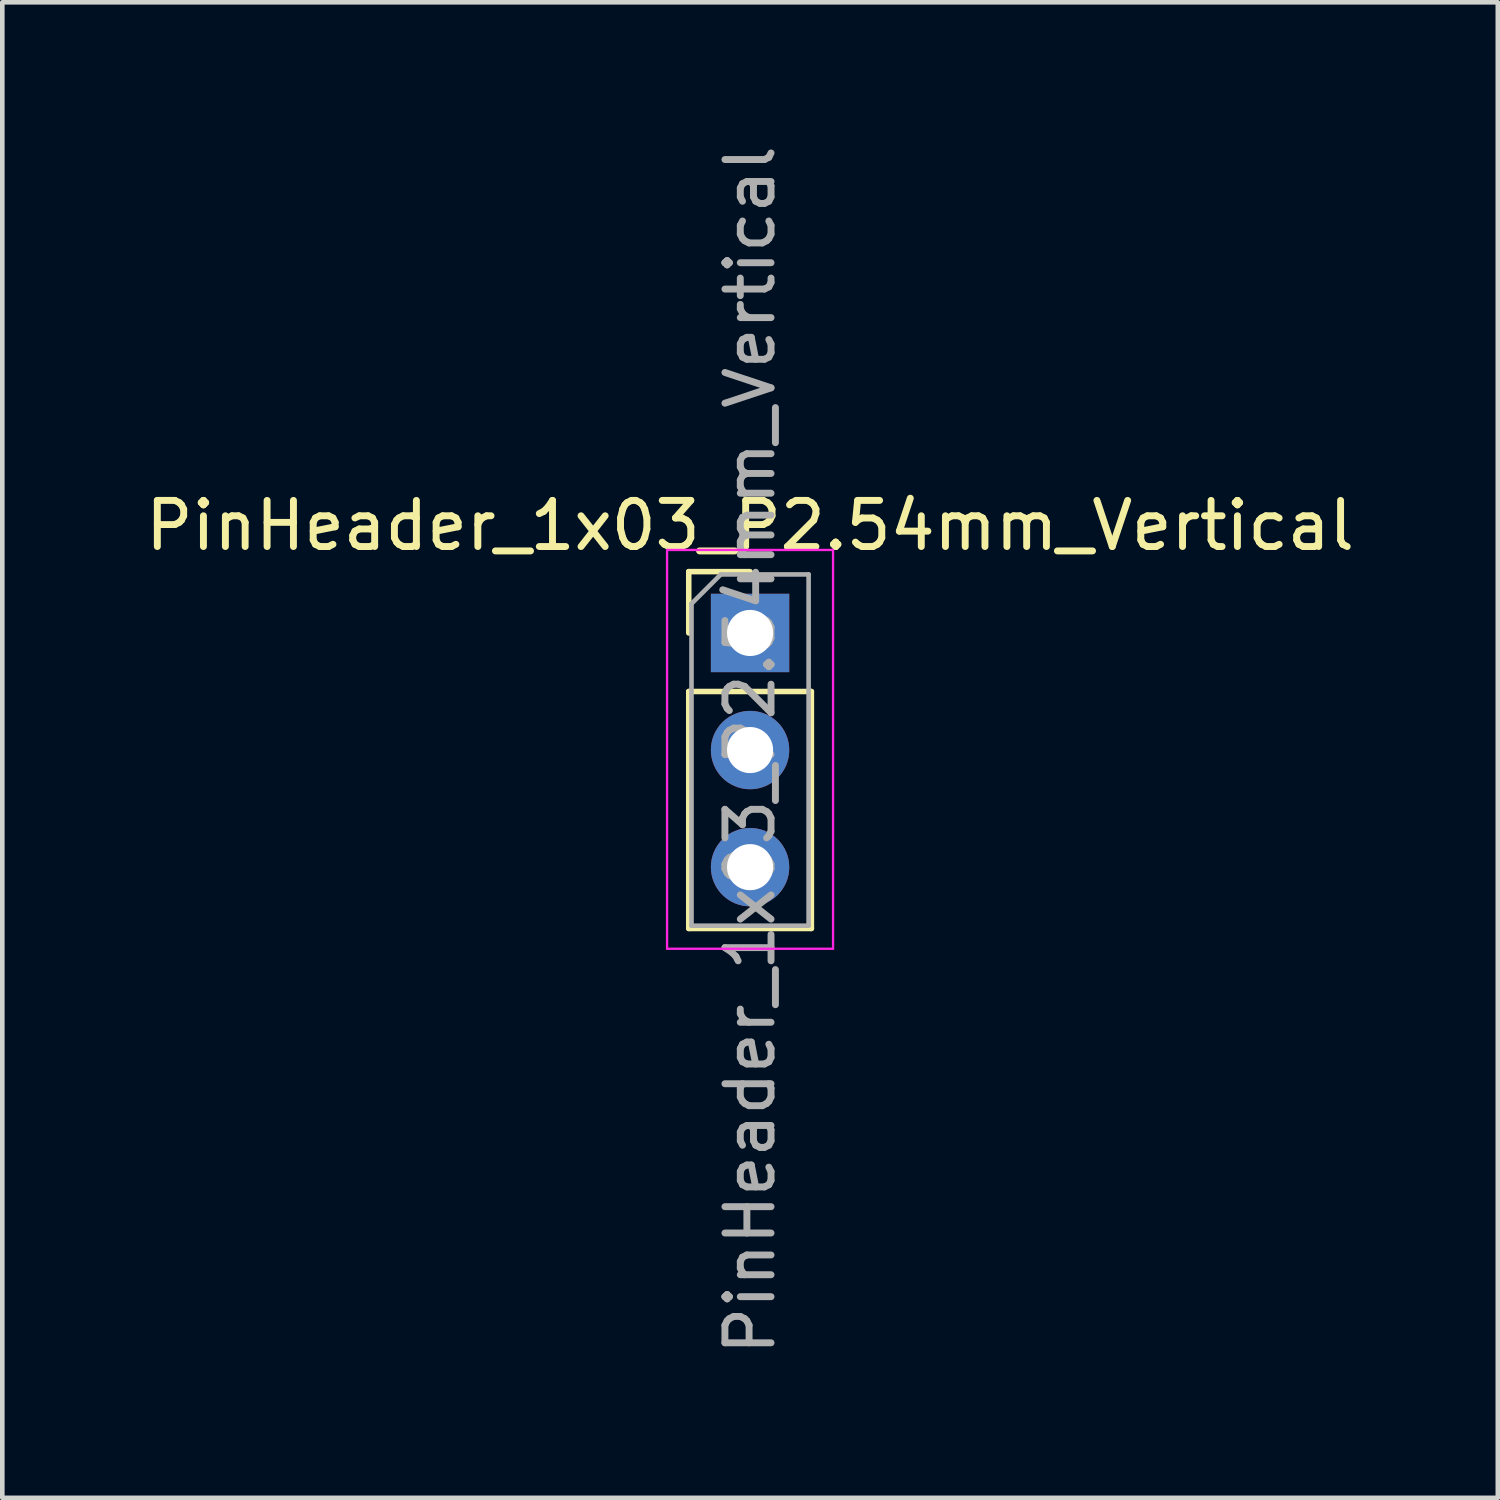
<source format=kicad_pcb>
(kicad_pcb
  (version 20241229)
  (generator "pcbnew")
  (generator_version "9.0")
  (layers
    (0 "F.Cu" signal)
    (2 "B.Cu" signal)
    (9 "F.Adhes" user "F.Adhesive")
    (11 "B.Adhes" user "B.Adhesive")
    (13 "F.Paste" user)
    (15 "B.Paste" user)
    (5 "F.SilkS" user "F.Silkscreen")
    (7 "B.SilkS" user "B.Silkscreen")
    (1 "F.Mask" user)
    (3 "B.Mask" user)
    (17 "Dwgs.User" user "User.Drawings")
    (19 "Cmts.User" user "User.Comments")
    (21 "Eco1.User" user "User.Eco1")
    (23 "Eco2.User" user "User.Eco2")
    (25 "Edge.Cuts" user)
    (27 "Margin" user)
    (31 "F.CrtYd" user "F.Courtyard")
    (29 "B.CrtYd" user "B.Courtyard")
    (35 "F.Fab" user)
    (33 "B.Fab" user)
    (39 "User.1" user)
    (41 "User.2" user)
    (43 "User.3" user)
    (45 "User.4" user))
  (footprint "PinHeader_1x03_P2.54mm_Vertical"
    (layer "F.Cu")
    (at 13.22 10.68)
    (property "Reference" "PinHeader_1x03_P2.54mm_Vertical" (at 0 -2.33 0) (layer "F.SilkS") (effects (font (size 1 1) (thickness 0.15))))
    (attr through_hole)
    (fp_line (start -1.33 -1.33) (end 0 -1.33) (stroke (width 0.12) (type solid)) (layer "F.SilkS"))
    (fp_line (start -1.33 0) (end -1.33 -1.33) (stroke (width 0.12) (type solid)) (layer "F.SilkS"))
    (fp_line (start -1.33 1.27) (end -1.33 6.41) (stroke (width 0.12) (type solid)) (layer "F.SilkS"))
    (fp_line (start -1.33 1.27) (end 1.33 1.27) (stroke (width 0.12) (type solid)) (layer "F.SilkS"))
    (fp_line (start -1.33 6.41) (end 1.33 6.41) (stroke (width 0.12) (type solid)) (layer "F.SilkS"))
    (fp_line (start 1.33 1.27) (end 1.33 6.41) (stroke (width 0.12) (type solid)) (layer "F.SilkS"))
    (fp_line (start -1.8 -1.8) (end -1.8 6.85) (stroke (width 0.05) (type solid)) (layer "F.CrtYd"))
    (fp_line (start -1.8 6.85) (end 1.8 6.85) (stroke (width 0.05) (type solid)) (layer "F.CrtYd"))
    (fp_line (start 1.8 -1.8) (end -1.8 -1.8) (stroke (width 0.05) (type solid)) (layer "F.CrtYd"))
    (fp_line (start 1.8 6.85) (end 1.8 -1.8) (stroke (width 0.05) (type solid)) (layer "F.CrtYd"))
    (fp_line (start -1.27 -0.635) (end -0.635 -1.27) (stroke (width 0.1) (type solid)) (layer "F.Fab"))
    (fp_line (start -1.27 6.35) (end -1.27 -0.635) (stroke (width 0.1) (type solid)) (layer "F.Fab"))
    (fp_line (start -0.635 -1.27) (end 1.27 -1.27) (stroke (width 0.1) (type solid)) (layer "F.Fab"))
    (fp_line (start 1.27 -1.27) (end 1.27 6.35) (stroke (width 0.1) (type solid)) (layer "F.Fab"))
    (fp_line (start 1.27 6.35) (end -1.27 6.35) (stroke (width 0.1) (type solid)) (layer "F.Fab"))
    (fp_text user "${REFERENCE}" (at 0 2.54 90) (layer "F.Fab") (effects (font (size 1 1) (thickness 0.15))))
    (pad "1" thru_hole rect (at 0 0) (size 1.7 1.7) (drill 1) (layers "*.Cu" "*.Mask"))
    (pad "2" thru_hole oval (at 0 2.54) (size 1.7 1.7) (drill 1) (layers "*.Cu" "*.Mask"))
    (pad "3" thru_hole oval (at 0 5.08) (size 1.7 1.7) (drill 1) (layers "*.Cu" "*.Mask")))
  (gr_rect
    (start -3 -3)
    (end 29.44 29.44)
    (stroke (width 0.1) (type default))
    (fill no)
    (layer "Edge.Cuts")))
</source>
